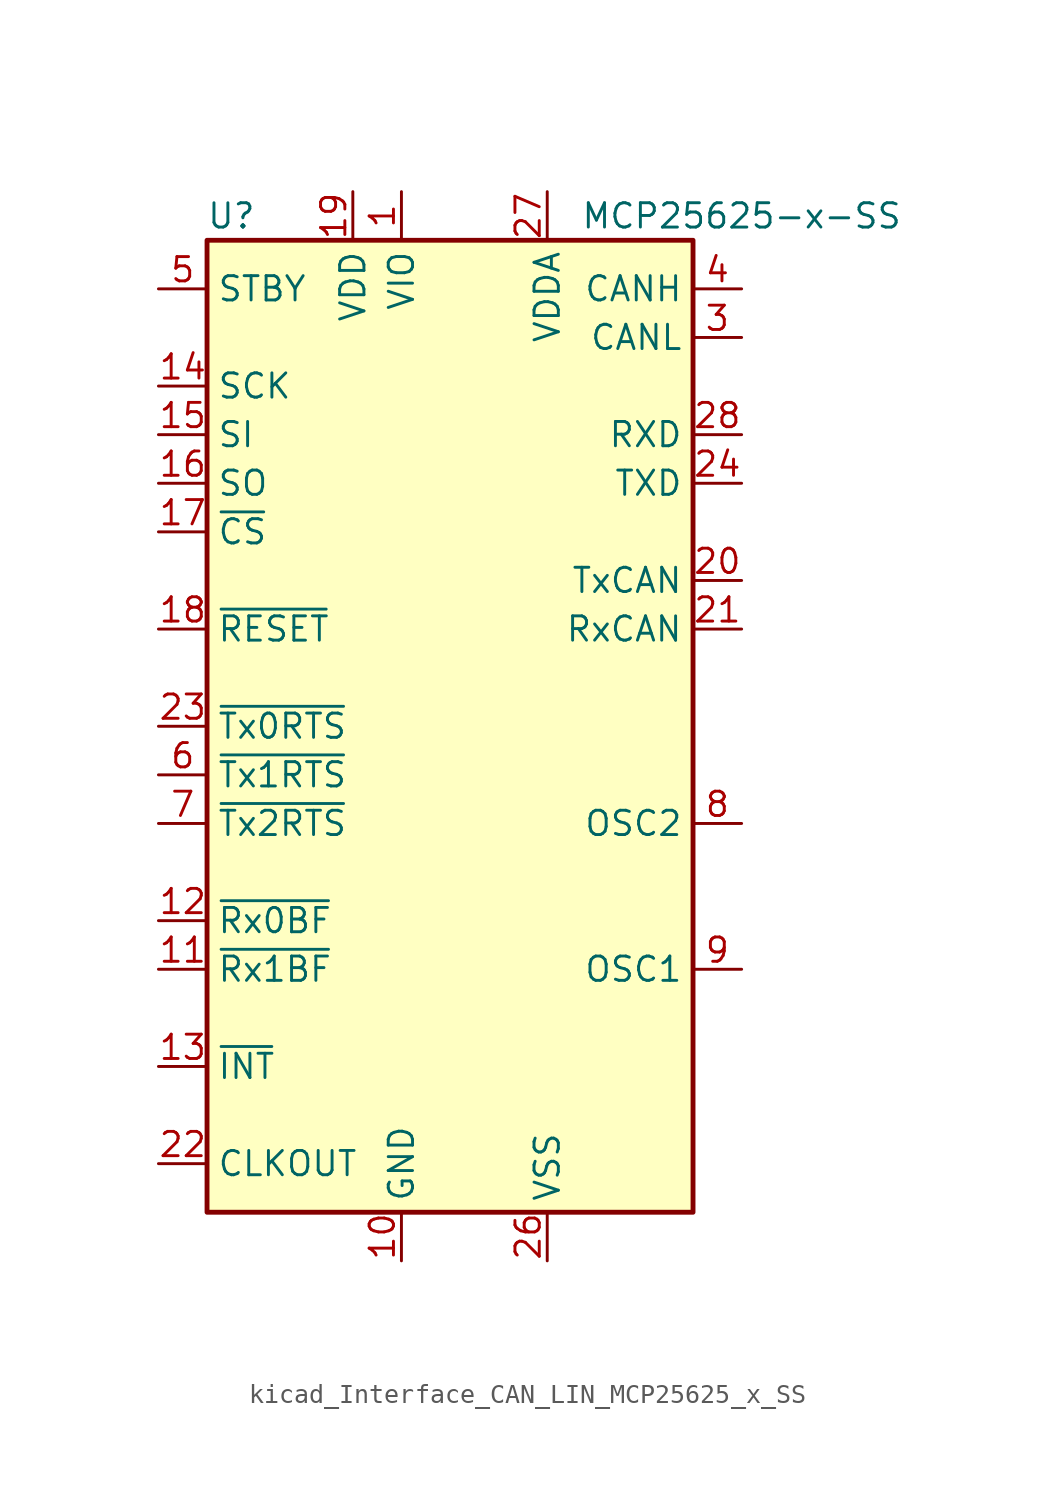
<source format=kicad_sym>
(kicad_symbol_lib
  (version 20220914)
  (generator kicad_symbol_editor)
  (symbol "kicad_Interface_CAN_LIN_MCP25625_x_SS"
    (property "Reference" "U"
      (at -11.43 26.67 0)
      (effects (font (size 1.27 1.27))))
    (property "Value" "MCP25625-x-SS"
      (at 15.24 26.67 0)
      (effects (font (size 1.27 1.27))))
    (symbol "kicad_Interface_CAN_LIN_MCP25625_x_SS_0_1"
      (rectangle (start -12.7 25.4) (end 12.7 -25.4) (stroke (width 0.254) (type default)) (fill (type background))))
    (symbol "kicad_Interface_CAN_LIN_MCP25625_x_SS_1_1"
      (pin power_in line (at -2.54 27.94 270) (length 2.54) (name "VIO" (effects (font (size 1.27 1.27)))) (number "1" (effects (font (size 1.27 1.27)))))
      (pin power_in line (at -2.54 -27.94 90) (length 2.54) (name "GND" (effects (font (size 1.27 1.27)))) (number "10" (effects (font (size 1.27 1.27)))))
      (pin output line (at -15.24 -12.7 0) (length 2.54) (name "~{Rx1BF}" (effects (font (size 1.27 1.27)))) (number "11" (effects (font (size 1.27 1.27)))))
      (pin output line (at -15.24 -10.16 0) (length 2.54) (name "~{Rx0BF}" (effects (font (size 1.27 1.27)))) (number "12" (effects (font (size 1.27 1.27)))))
      (pin output line (at -15.24 -17.78 0) (length 2.54) (name "~{INT}" (effects (font (size 1.27 1.27)))) (number "13" (effects (font (size 1.27 1.27)))))
      (pin input line (at -15.24 17.78 0) (length 2.54) (name "SCK" (effects (font (size 1.27 1.27)))) (number "14" (effects (font (size 1.27 1.27)))))
      (pin input line (at -15.24 15.24 0) (length 2.54) (name "SI" (effects (font (size 1.27 1.27)))) (number "15" (effects (font (size 1.27 1.27)))))
      (pin output line (at -15.24 12.7 0) (length 2.54) (name "SO" (effects (font (size 1.27 1.27)))) (number "16" (effects (font (size 1.27 1.27)))))
      (pin input line (at -15.24 10.16 0) (length 2.54) (name "~{CS}" (effects (font (size 1.27 1.27)))) (number "17" (effects (font (size 1.27 1.27)))))
      (pin input line (at -15.24 5.08 0) (length 2.54) (name "~{RESET}" (effects (font (size 1.27 1.27)))) (number "18" (effects (font (size 1.27 1.27)))))
      (pin power_in line (at -5.08 27.94 270) (length 2.54) (name "VDD" (effects (font (size 1.27 1.27)))) (number "19" (effects (font (size 1.27 1.27)))))
      (pin no_connect line (at 12.7 -15.24 180) (length 2.54) hide (name "NC" (effects (font (size 1.27 1.27)))) (number "2" (effects (font (size 1.27 1.27)))))
      (pin output line (at 15.24 7.62 180) (length 2.54) (name "TxCAN" (effects (font (size 1.27 1.27)))) (number "20" (effects (font (size 1.27 1.27)))))
      (pin input line (at 15.24 5.08 180) (length 2.54) (name "RxCAN" (effects (font (size 1.27 1.27)))) (number "21" (effects (font (size 1.27 1.27)))))
      (pin output line (at -15.24 -22.86 0) (length 2.54) (name "CLKOUT" (effects (font (size 1.27 1.27)))) (number "22" (effects (font (size 1.27 1.27)))))
      (pin input line (at -15.24 0 0) (length 2.54) (name "~{Tx0RTS}" (effects (font (size 1.27 1.27)))) (number "23" (effects (font (size 1.27 1.27)))))
      (pin input line (at 15.24 12.7 180) (length 2.54) (name "TXD" (effects (font (size 1.27 1.27)))) (number "24" (effects (font (size 1.27 1.27)))))
      (pin no_connect line (at 12.7 -17.78 180) (length 2.54) hide (name "NC" (effects (font (size 1.27 1.27)))) (number "25" (effects (font (size 1.27 1.27)))))
      (pin power_in line (at 5.08 -27.94 90) (length 2.54) (name "VSS" (effects (font (size 1.27 1.27)))) (number "26" (effects (font (size 1.27 1.27)))))
      (pin power_in line (at 5.08 27.94 270) (length 2.54) (name "VDDA" (effects (font (size 1.27 1.27)))) (number "27" (effects (font (size 1.27 1.27)))))
      (pin output line (at 15.24 15.24 180) (length 2.54) (name "RXD" (effects (font (size 1.27 1.27)))) (number "28" (effects (font (size 1.27 1.27)))))
      (pin bidirectional line (at 15.24 20.32 180) (length 2.54) (name "CANL" (effects (font (size 1.27 1.27)))) (number "3" (effects (font (size 1.27 1.27)))))
      (pin bidirectional line (at 15.24 22.86 180) (length 2.54) (name "CANH" (effects (font (size 1.27 1.27)))) (number "4" (effects (font (size 1.27 1.27)))))
      (pin input line (at -15.24 22.86 0) (length 2.54) (name "STBY" (effects (font (size 1.27 1.27)))) (number "5" (effects (font (size 1.27 1.27)))))
      (pin input line (at -15.24 -2.54 0) (length 2.54) (name "~{Tx1RTS}" (effects (font (size 1.27 1.27)))) (number "6" (effects (font (size 1.27 1.27)))))
      (pin input line (at -15.24 -5.08 0) (length 2.54) (name "~{Tx2RTS}" (effects (font (size 1.27 1.27)))) (number "7" (effects (font (size 1.27 1.27)))))
      (pin output line (at 15.24 -5.08 180) (length 2.54) (name "OSC2" (effects (font (size 1.27 1.27)))) (number "8" (effects (font (size 1.27 1.27)))))
      (pin input line (at 15.24 -12.7 180) (length 2.54) (name "OSC1" (effects (font (size 1.27 1.27)))) (number "9" (effects (font (size 1.27 1.27))))))))
</source>
